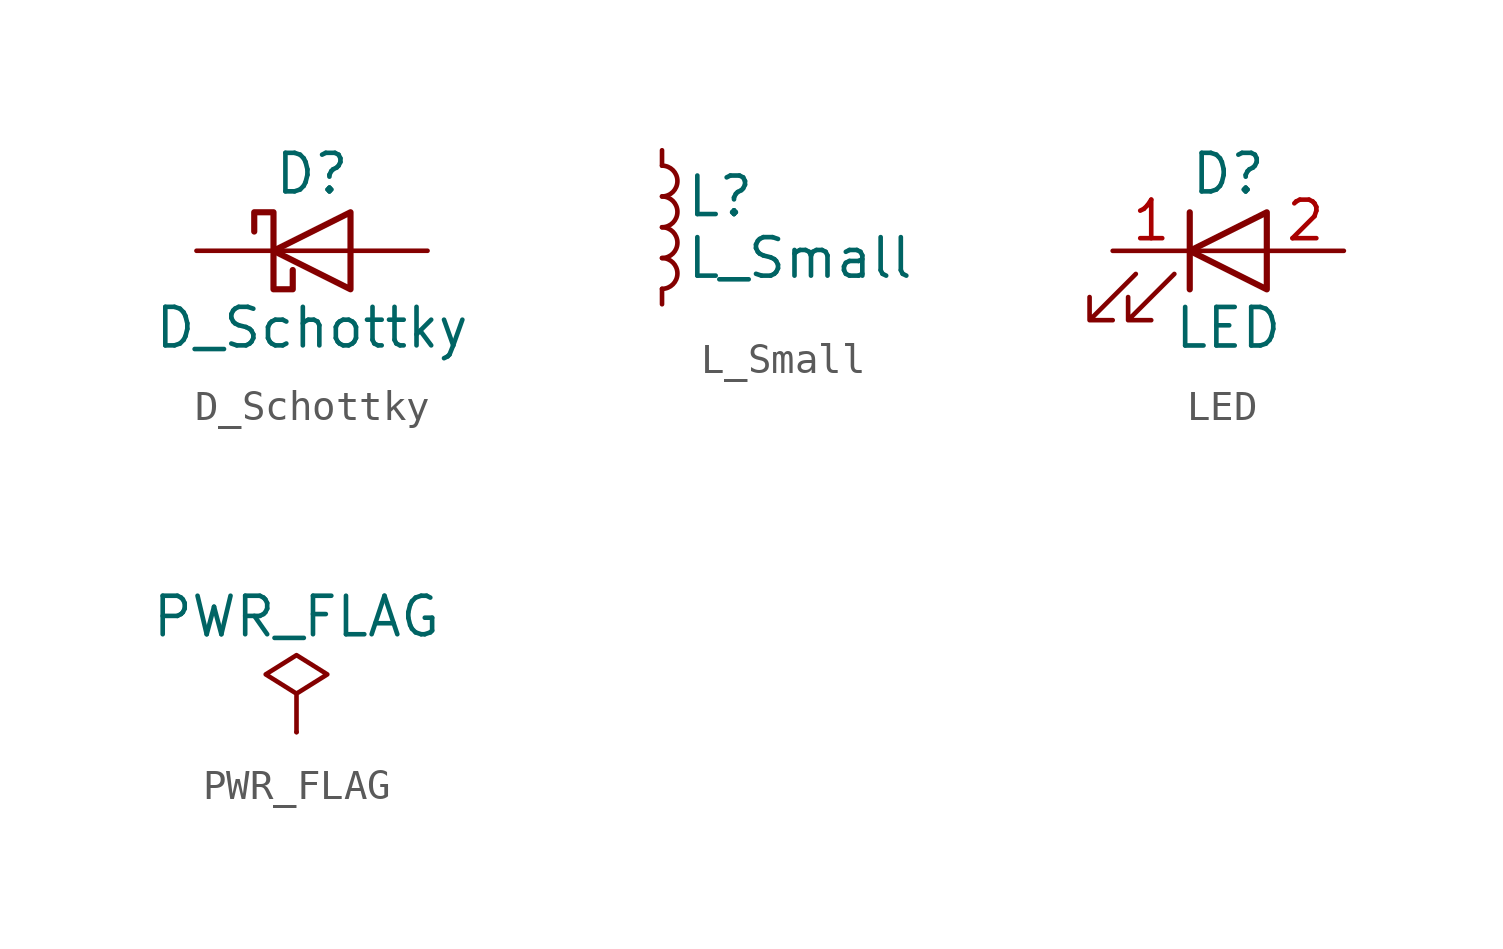
<source format=kicad_sym>
(kicad_symbol_lib
  (version 20241209)
  (generator "kicad_symbol_editor")
  (generator_version "9.0")
  (symbol "D_Schottky"
    (pin_numbers
      (hide yes))
    (pin_names
      (offset 1.016)
      (hide yes))
    (property "Reference" "D"
      (at 0 2.54 0)
      (effects (font (size 1.27 1.27))))
    (property "Value" "D_Schottky"
      (at 0 -2.54 0)
      (effects (font (size 1.27 1.27))))
    (property "Footprint" ""
      (at 0 0 0)
      (effects (font (size 1.27 1.27))))
    (property "Datasheet" ""
      (at 0 0 0)
      (effects (font (size 1.27 1.27))))
    (symbol "D_Schottky_0_1"
      (polyline (pts (xy -1.905 0.635) (xy -1.905 1.27) (xy -1.27 1.27) (xy -1.27 -1.27) (xy -0.635 -1.27) (xy -0.635 -0.635)) (stroke (width 0.203) (type solid)) (fill (type none)))
      (polyline (pts (xy 1.27 1.27) (xy 1.27 -1.27) (xy -1.27 0) (xy 1.27 1.27)) (stroke (width 0.203) (type solid)) (fill (type none)))
      (polyline (pts (xy 1.27 0) (xy -1.27 0)) (stroke (width 0) (type solid)) (fill (type none))))
    (symbol "D_Schottky_1_1"
      (pin passive line (at -3.81 0 0) (length 2.54) (name "K" (effects (font (size 1.27 1.27)))) (number "1" (effects (font (size 1.27 1.27)))))
      (pin passive line (at 3.81 0 180) (length 2.54) (name "A" (effects (font (size 1.27 1.27)))) (number "2" (effects (font (size 1.27 1.27)))))))
  (symbol "L_Small"
    (pin_numbers
      (hide yes))
    (pin_names
      (offset 0.254)
      (hide yes))
    (property "Reference" "L"
      (at 0.762 1.016 0)
      (effects (font (size 1.27 1.27)) (justify left)))
    (property "Value" "L_Small"
      (at 0.762 -1.016 0)
      (effects (font (size 1.27 1.27)) (justify left)))
    (property "Footprint" ""
      (at 0 0 0)
      (effects (font (size 1.27 1.27))))
    (property "Datasheet" ""
      (at 0 0 0)
      (effects (font (size 1.27 1.27))))
    (symbol "L_Small_0_1"
      (arc (start 0 2.032) (mid 0.508 1.524) (end 0 1.016) (stroke (width 0) (type solid)) (fill (type none)))
      (arc (start 0 1.016) (mid 0.508 0.508) (end 0 0) (stroke (width 0) (type solid)) (fill (type none)))
      (arc (start 0 0) (mid 0.508 -0.508) (end 0 -1.016) (stroke (width 0) (type solid)) (fill (type none)))
      (arc (start 0 -1.016) (mid 0.508 -1.524) (end 0 -2.032) (stroke (width 0) (type solid)) (fill (type none))))
    (symbol "L_Small_1_1"
      (pin passive line (at 0 2.54 270) (length 0.508) (name "~" (effects (font (size 1.27 1.27)))) (number "1" (effects (font (size 1.27 1.27)))))
      (pin passive line (at 0 -2.54 90) (length 0.508) (name "~" (effects (font (size 1.27 1.27)))) (number "2" (effects (font (size 1.27 1.27)))))))
  (symbol "LED"
    (pin_names
      (offset 1.016)
      (hide yes))
    (property "Reference" "D"
      (at 0 2.54 0)
      (effects (font (size 1.27 1.27))))
    (property "Value" "LED"
      (at 0 -2.54 0)
      (effects (font (size 1.27 1.27))))
    (property "Footprint" ""
      (at 0 0 0)
      (effects (font (size 1.27 1.27))))
    (property "Datasheet" ""
      (at 0 0 0)
      (effects (font (size 1.27 1.27))))
    (symbol "LED_0_1"
      (polyline (pts (xy -3.048 -0.762) (xy -4.572 -2.286) (xy -3.81 -2.286) (xy -4.572 -2.286) (xy -4.572 -1.524)) (stroke (width 0) (type solid)) (fill (type none)))
      (polyline (pts (xy -1.778 -0.762) (xy -3.302 -2.286) (xy -2.54 -2.286) (xy -3.302 -2.286) (xy -3.302 -1.524)) (stroke (width 0) (type solid)) (fill (type none)))
      (polyline (pts (xy -1.27 0) (xy 1.27 0)) (stroke (width 0) (type solid)) (fill (type none)))
      (polyline (pts (xy -1.27 -1.27) (xy -1.27 1.27)) (stroke (width 0.203) (type solid)) (fill (type none)))
      (polyline (pts (xy 1.27 -1.27) (xy 1.27 1.27) (xy -1.27 0) (xy 1.27 -1.27)) (stroke (width 0.203) (type solid)) (fill (type none))))
    (symbol "LED_1_1"
      (pin passive line (at -3.81 0 0) (length 2.54) (name "K" (effects (font (size 1.27 1.27)))) (number "1" (effects (font (size 1.27 1.27)))))
      (pin passive line (at 3.81 0 180) (length 2.54) (name "A" (effects (font (size 1.27 1.27)))) (number "2" (effects (font (size 1.27 1.27)))))))
  (symbol "PWR_FLAG"
    (power)
    (pin_numbers
      (hide yes))
    (pin_names
      (offset 0)
      (hide yes))
    (property "Reference" "#FLG"
      (at 0 1.905 0)
      (effects (font (size 1.27 1.27)) (hide yes)))
    (property "Value" "PWR_FLAG"
      (at 0 3.81 0)
      (effects (font (size 1.27 1.27))))
    (property "Footprint" ""
      (at 0 0 0)
      (effects (font (size 1.27 1.27))))
    (property "Datasheet" ""
      (at 0 0 0)
      (effects (font (size 1.27 1.27))))
    (symbol "PWR_FLAG_0_0"
      (pin power_out line (at 0 0 90) (length 0) (name "pwr" (effects (font (size 1.27 1.27)))) (number "1" (effects (font (size 1.27 1.27))))))
    (symbol "PWR_FLAG_0_1"
      (polyline (pts (xy 0 0) (xy 0 1.27) (xy -1.016 1.905) (xy 0 2.54) (xy 1.016 1.905) (xy 0 1.27)) (stroke (width 0) (type solid)) (fill (type none))))))
</source>
